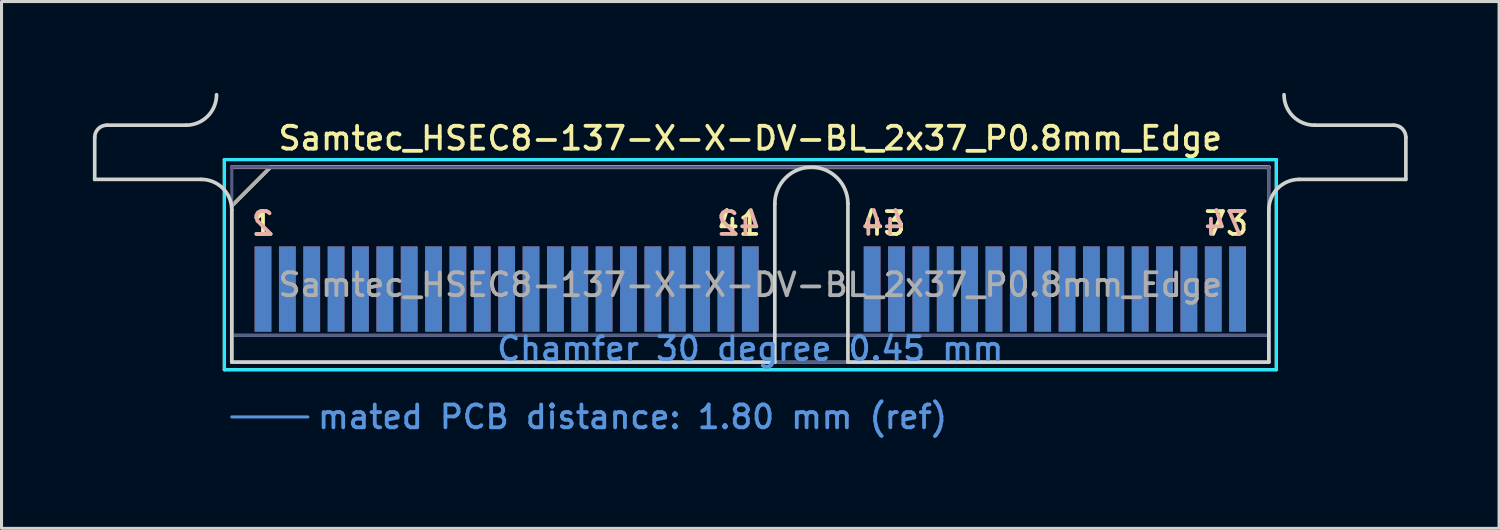
<source format=kicad_pcb>
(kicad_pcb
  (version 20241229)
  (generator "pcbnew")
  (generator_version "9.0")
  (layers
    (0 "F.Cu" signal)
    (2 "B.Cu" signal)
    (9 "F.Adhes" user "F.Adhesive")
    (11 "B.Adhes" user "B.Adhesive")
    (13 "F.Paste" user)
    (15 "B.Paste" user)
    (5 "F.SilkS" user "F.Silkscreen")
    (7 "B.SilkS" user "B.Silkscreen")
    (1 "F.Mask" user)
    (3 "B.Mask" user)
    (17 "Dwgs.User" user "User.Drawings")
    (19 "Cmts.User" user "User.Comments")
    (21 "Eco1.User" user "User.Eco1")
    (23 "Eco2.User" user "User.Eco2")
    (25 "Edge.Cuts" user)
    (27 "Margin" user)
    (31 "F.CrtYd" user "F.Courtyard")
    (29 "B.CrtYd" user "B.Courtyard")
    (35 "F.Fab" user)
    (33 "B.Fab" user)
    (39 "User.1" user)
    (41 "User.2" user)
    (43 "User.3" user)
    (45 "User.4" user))
  (footprint "Samtec_HSEC8-137-X-X-DV-BL_2x37_P0.8mm_Edge"
    (layer "F.Cu")
    (at 21.585 8.84)
    (property "Reference" "Samtec_HSEC8-137-X-X-DV-BL_2x37_P0.8mm_Edge" (at 0 -7.35 0) (layer "F.SilkS") (effects (font (size 0.75 0.75) (thickness 0.125))))
    (attr exclude_from_pos_files exclude_from_bom)
    (fp_line (start -17.27 -6.65) (end -17.27 0.25) (stroke (width 0.1) (type solid)) (layer "F.SilkS"))
    (fp_line (start -17.27 0.25) (end 17.27 0.25) (stroke (width 0.1) (type solid)) (layer "F.SilkS"))
    (fp_line (start -17.025 -5.13) (end -15.755 -6.4) (stroke (width 0.12) (type solid)) (layer "F.SilkS"))
    (fp_line (start -15.755 -6.4) (end 17.025 -6.4) (stroke (width 0.12) (type solid)) (layer "F.SilkS"))
    (fp_line (start 17.27 -6.65) (end -17.27 -6.65) (stroke (width 0.1) (type solid)) (layer "F.SilkS"))
    (fp_line (start 17.27 0.25) (end 17.27 -6.65) (stroke (width 0.1) (type solid)) (layer "F.SilkS"))
    (fp_line (start -17.025 -6.4) (end -17.025 -6.4) (stroke (width 0.12) (type solid)) (layer "B.SilkS"))
    (fp_line (start -17.025 -6.4) (end 17.025 -6.4) (stroke (width 0.12) (type solid)) (layer "B.SilkS"))
    (fp_line (start -17.025 1.8) (end -14.525 1.8) (stroke (width 0.1) (type solid)) (layer "Cmts.User"))
    (fp_line (start -21.525 -6) (end -21.525 -7.38) (stroke (width 0.12) (type solid)) (layer "Edge.Cuts"))
    (fp_line (start -21.125 -7.78) (end -18.525 -7.78) (stroke (width 0.12) (type solid)) (layer "Edge.Cuts"))
    (fp_line (start -18.025 -6) (end -21.525 -6) (stroke (width 0.12) (type solid)) (layer "Edge.Cuts"))
    (fp_line (start -17.025 -5) (end -17.025 0) (stroke (width 0.12) (type solid)) (layer "Edge.Cuts"))
    (fp_line (start -17.025 0) (end 0.805 0) (stroke (width 0.12) (type solid)) (layer "Edge.Cuts"))
    (fp_line (start 0.805 0) (end 0.805 -5.2) (stroke (width 0.12) (type solid)) (layer "Edge.Cuts"))
    (fp_line (start 3.205 -5.2) (end 3.205 0) (stroke (width 0.12) (type solid)) (layer "Edge.Cuts"))
    (fp_line (start 3.205 0) (end 17.025 0) (stroke (width 0.12) (type solid)) (layer "Edge.Cuts"))
    (fp_line (start 17.025 0) (end 17.025 -5) (stroke (width 0.12) (type solid)) (layer "Edge.Cuts"))
    (fp_line (start 18.025 -6) (end 21.525 -6) (stroke (width 0.12) (type solid)) (layer "Edge.Cuts"))
    (fp_line (start 21.125 -7.78) (end 18.525 -7.78) (stroke (width 0.12) (type solid)) (layer "Edge.Cuts"))
    (fp_line (start 21.525 -6) (end 21.525 -7.38) (stroke (width 0.12) (type solid)) (layer "Edge.Cuts"))
    (fp_arc (start -21.525 -7.38) (mid -21.407843 -7.662843) (end -21.125 -7.78) (stroke (width 0.12) (type solid)) (layer "Edge.Cuts"))
    (fp_arc (start -18.025 -6) (mid -17.317893 -5.707107) (end -17.025 -5) (stroke (width 0.12) (type solid)) (layer "Edge.Cuts"))
    (fp_arc (start -17.525 -8.78) (mid -17.817893 -8.072893) (end -18.525 -7.78) (stroke (width 0.12) (type solid)) (layer "Edge.Cuts"))
    (fp_arc (start 0.805 -5.2) (mid 2.005 -6.4) (end 3.205 -5.2) (stroke (width 0.12) (type solid)) (layer "Edge.Cuts"))
    (fp_arc (start 17.025 -5) (mid 17.317893 -5.707107) (end 18.025 -6) (stroke (width 0.12) (type solid)) (layer "Edge.Cuts"))
    (fp_arc (start 18.525 -7.78) (mid 17.817893 -8.072893) (end 17.525 -8.78) (stroke (width 0.12) (type solid)) (layer "Edge.Cuts"))
    (fp_arc (start 21.125 -7.78) (mid 21.407843 -7.662843) (end 21.525 -7.38) (stroke (width 0.12) (type solid)) (layer "Edge.Cuts"))
    (fp_line (start -17.27 -6.65) (end -17.27 0.25) (stroke (width 0.1) (type solid)) (layer "B.CrtYd"))
    (fp_line (start -17.27 0.25) (end 17.27 0.25) (stroke (width 0.1) (type solid)) (layer "B.CrtYd"))
    (fp_line (start 17.27 -6.65) (end -17.27 -6.65) (stroke (width 0.1) (type solid)) (layer "B.CrtYd"))
    (fp_line (start 17.27 0.25) (end 17.27 -6.65) (stroke (width 0.1) (type solid)) (layer "B.CrtYd"))
    (fp_line (start -17.025 -6.4) (end -17.025 -6.4) (stroke (width 0.1) (type solid)) (layer "B.Fab"))
    (fp_line (start -17.025 -6.4) (end -17.025 0) (stroke (width 0.1) (type solid)) (layer "B.Fab"))
    (fp_line (start -17.025 -6.4) (end 17.025 -6.4) (stroke (width 0.1) (type solid)) (layer "B.Fab"))
    (fp_line (start -17.025 -0.88) (end 17.025 -0.88) (stroke (width 0.1) (type solid)) (layer "B.Fab"))
    (fp_line (start -17.025 0) (end 17.025 0) (stroke (width 0.1) (type solid)) (layer "B.Fab"))
    (fp_line (start 17.025 -6.4) (end 17.025 0) (stroke (width 0.1) (type solid)) (layer "B.Fab"))
    (fp_line (start -17.025 -5.13) (end -17.025 0) (stroke (width 0.1) (type solid)) (layer "F.Fab"))
    (fp_line (start -17.025 -5.13) (end -15.755 -6.4) (stroke (width 0.1) (type solid)) (layer "F.Fab"))
    (fp_line (start -17.025 -0.88) (end 17.025 -0.88) (stroke (width 0.1) (type solid)) (layer "F.Fab"))
    (fp_line (start -17.025 0) (end 17.025 0) (stroke (width 0.1) (type solid)) (layer "F.Fab"))
    (fp_line (start -15.755 -6.4) (end 17.025 -6.4) (stroke (width 0.1) (type solid)) (layer "F.Fab"))
    (fp_line (start 17.025 -6.4) (end 17.025 0) (stroke (width 0.1) (type solid)) (layer "F.Fab"))
    (fp_text user "41" (at -0.375 -4.55 0) (layer "F.SilkS") (effects (font (size 0.75 0.75) (thickness 0.125))))
    (fp_text user "1" (at -16 -4.55 0) (layer "F.SilkS") (effects (font (size 0.75 0.75) (thickness 0.125))))
    (fp_text user "73" (at 15.625 -4.55 0) (layer "F.SilkS") (effects (font (size 0.75 0.75) (thickness 0.125))))
    (fp_text user "43" (at 4.375 -4.55 0) (layer "F.SilkS") (effects (font (size 0.75 0.75) (thickness 0.125))))
    (fp_text user "42" (at -0.375 -4.55 0) (layer "B.SilkS") (effects (font (size 0.75 0.75) (thickness 0.125)) (justify mirror)))
    (fp_text user "74" (at 15.625 -4.55 0) (layer "B.SilkS") (effects (font (size 0.75 0.75) (thickness 0.125)) (justify mirror)))
    (fp_text user "44" (at 4.375 -4.55 0) (layer "B.SilkS") (effects (font (size 0.75 0.75) (thickness 0.125)) (justify mirror)))
    (fp_text user "2" (at -16 -4.55 0) (layer "B.SilkS") (effects (font (size 0.75 0.75) (thickness 0.125)) (justify mirror)))
    (fp_text user "mated PCB distance: 1.80 mm (ref)" (at -14.27 1.8 0) (layer "Cmts.User") (effects (font (size 0.75 0.75) (thickness 0.125)) (justify left)))
    (fp_text user "Chamfer 30 degree 0.45 mm" (at 0 -0.44 0) (layer "Cmts.User") (effects (font (size 0.75 0.75) (thickness 0.125))))
    (fp_text user "${REFERENCE}" (at 0 -2.54 0) (layer "F.Fab") (effects (font (size 0.75 0.75) (thickness 0.125))))
    (pad "1" connect rect (at -16 -2.4) (size 0.55 2.8) (layers "F.Cu" "F.Mask"))
    (pad "2" connect rect (at -16 -2.4) (size 0.55 2.8) (layers "B.Cu" "B.Mask"))
    (pad "3" connect rect (at -15.2 -2.4) (size 0.55 2.8) (layers "F.Cu" "F.Mask"))
    (pad "4" connect rect (at -15.2 -2.4) (size 0.55 2.8) (layers "B.Cu" "B.Mask"))
    (pad "5" connect rect (at -14.4 -2.4) (size 0.55 2.8) (layers "F.Cu" "F.Mask"))
    (pad "6" connect rect (at -14.4 -2.4) (size 0.55 2.8) (layers "B.Cu" "B.Mask"))
    (pad "7" connect rect (at -13.6 -2.4) (size 0.55 2.8) (layers "F.Cu" "F.Mask"))
    (pad "8" connect rect (at -13.6 -2.4) (size 0.55 2.8) (layers "B.Cu" "B.Mask"))
    (pad "9" connect rect (at -12.8 -2.4) (size 0.55 2.8) (layers "F.Cu" "F.Mask"))
    (pad "10" connect rect (at -12.8 -2.4) (size 0.55 2.8) (layers "B.Cu" "B.Mask"))
    (pad "11" connect rect (at -12 -2.4) (size 0.55 2.8) (layers "F.Cu" "F.Mask"))
    (pad "12" connect rect (at -12 -2.4) (size 0.55 2.8) (layers "B.Cu" "B.Mask"))
    (pad "13" connect rect (at -11.2 -2.4) (size 0.55 2.8) (layers "F.Cu" "F.Mask"))
    (pad "14" connect rect (at -11.2 -2.4) (size 0.55 2.8) (layers "B.Cu" "B.Mask"))
    (pad "15" connect rect (at -10.4 -2.4) (size 0.55 2.8) (layers "F.Cu" "F.Mask"))
    (pad "16" connect rect (at -10.4 -2.4) (size 0.55 2.8) (layers "B.Cu" "B.Mask"))
    (pad "17" connect rect (at -9.6 -2.4) (size 0.55 2.8) (layers "F.Cu" "F.Mask"))
    (pad "18" connect rect (at -9.6 -2.4) (size 0.55 2.8) (layers "B.Cu" "B.Mask"))
    (pad "19" connect rect (at -8.8 -2.4) (size 0.55 2.8) (layers "F.Cu" "F.Mask"))
    (pad "20" connect rect (at -8.8 -2.4) (size 0.55 2.8) (layers "B.Cu" "B.Mask"))
    (pad "21" connect rect (at -8 -2.4) (size 0.55 2.8) (layers "F.Cu" "F.Mask"))
    (pad "22" connect rect (at -8 -2.4) (size 0.55 2.8) (layers "B.Cu" "B.Mask"))
    (pad "23" connect rect (at -7.2 -2.4) (size 0.55 2.8) (layers "F.Cu" "F.Mask"))
    (pad "24" connect rect (at -7.2 -2.4) (size 0.55 2.8) (layers "B.Cu" "B.Mask"))
    (pad "25" connect rect (at -6.4 -2.4) (size 0.55 2.8) (layers "F.Cu" "F.Mask"))
    (pad "26" connect rect (at -6.4 -2.4) (size 0.55 2.8) (layers "B.Cu" "B.Mask"))
    (pad "27" connect rect (at -5.6 -2.4) (size 0.55 2.8) (layers "F.Cu" "F.Mask"))
    (pad "28" connect rect (at -5.6 -2.4) (size 0.55 2.8) (layers "B.Cu" "B.Mask"))
    (pad "29" connect rect (at -4.8 -2.4) (size 0.55 2.8) (layers "F.Cu" "F.Mask"))
    (pad "30" connect rect (at -4.8 -2.4) (size 0.55 2.8) (layers "B.Cu" "B.Mask"))
    (pad "31" connect rect (at -4 -2.4) (size 0.55 2.8) (layers "F.Cu" "F.Mask"))
    (pad "32" connect rect (at -4 -2.4) (size 0.55 2.8) (layers "B.Cu" "B.Mask"))
    (pad "33" connect rect (at -3.2 -2.4) (size 0.55 2.8) (layers "F.Cu" "F.Mask"))
    (pad "34" connect rect (at -3.2 -2.4) (size 0.55 2.8) (layers "B.Cu" "B.Mask"))
    (pad "35" connect rect (at -2.4 -2.4) (size 0.55 2.8) (layers "F.Cu" "F.Mask"))
    (pad "36" connect rect (at -2.4 -2.4) (size 0.55 2.8) (layers "B.Cu" "B.Mask"))
    (pad "37" connect rect (at -1.6 -2.4) (size 0.55 2.8) (layers "F.Cu" "F.Mask"))
    (pad "38" connect rect (at -1.6 -2.4) (size 0.55 2.8) (layers "B.Cu" "B.Mask"))
    (pad "39" connect rect (at -0.8 -2.4) (size 0.55 2.8) (layers "F.Cu" "F.Mask"))
    (pad "40" connect rect (at -0.8 -2.4) (size 0.55 2.8) (layers "B.Cu" "B.Mask"))
    (pad "41" connect rect (at 0 -2.4) (size 0.55 2.8) (layers "F.Cu" "F.Mask"))
    (pad "42" connect rect (at 0 -2.4) (size 0.55 2.8) (layers "B.Cu" "B.Mask"))
    (pad "43" connect rect (at 4 -2.4) (size 0.55 2.8) (layers "F.Cu" "F.Mask"))
    (pad "44" connect rect (at 4 -2.4) (size 0.55 2.8) (layers "B.Cu" "B.Mask"))
    (pad "45" connect rect (at 4.8 -2.4) (size 0.55 2.8) (layers "F.Cu" "F.Mask"))
    (pad "46" connect rect (at 4.8 -2.4) (size 0.55 2.8) (layers "B.Cu" "B.Mask"))
    (pad "47" connect rect (at 5.6 -2.4) (size 0.55 2.8) (layers "F.Cu" "F.Mask"))
    (pad "48" connect rect (at 5.6 -2.4) (size 0.55 2.8) (layers "B.Cu" "B.Mask"))
    (pad "49" connect rect (at 6.4 -2.4) (size 0.55 2.8) (layers "F.Cu" "F.Mask"))
    (pad "50" connect rect (at 6.4 -2.4) (size 0.55 2.8) (layers "B.Cu" "B.Mask"))
    (pad "51" connect rect (at 7.2 -2.4) (size 0.55 2.8) (layers "F.Cu" "F.Mask"))
    (pad "52" connect rect (at 7.2 -2.4) (size 0.55 2.8) (layers "B.Cu" "B.Mask"))
    (pad "53" connect rect (at 8 -2.4) (size 0.55 2.8) (layers "F.Cu" "F.Mask"))
    (pad "54" connect rect (at 8 -2.4) (size 0.55 2.8) (layers "B.Cu" "B.Mask"))
    (pad "55" connect rect (at 8.8 -2.4) (size 0.55 2.8) (layers "F.Cu" "F.Mask"))
    (pad "56" connect rect (at 8.8 -2.4) (size 0.55 2.8) (layers "B.Cu" "B.Mask"))
    (pad "57" connect rect (at 9.6 -2.4) (size 0.55 2.8) (layers "F.Cu" "F.Mask"))
    (pad "58" connect rect (at 9.6 -2.4) (size 0.55 2.8) (layers "B.Cu" "B.Mask"))
    (pad "59" connect rect (at 10.4 -2.4) (size 0.55 2.8) (layers "F.Cu" "F.Mask"))
    (pad "60" connect rect (at 10.4 -2.4) (size 0.55 2.8) (layers "B.Cu" "B.Mask"))
    (pad "61" connect rect (at 11.2 -2.4) (size 0.55 2.8) (layers "F.Cu" "F.Mask"))
    (pad "62" connect rect (at 11.2 -2.4) (size 0.55 2.8) (layers "B.Cu" "B.Mask"))
    (pad "63" connect rect (at 12 -2.4) (size 0.55 2.8) (layers "F.Cu" "F.Mask"))
    (pad "64" connect rect (at 12 -2.4) (size 0.55 2.8) (layers "B.Cu" "B.Mask"))
    (pad "65" connect rect (at 12.8 -2.4) (size 0.55 2.8) (layers "F.Cu" "F.Mask"))
    (pad "66" connect rect (at 12.8 -2.4) (size 0.55 2.8) (layers "B.Cu" "B.Mask"))
    (pad "67" connect rect (at 13.6 -2.4) (size 0.55 2.8) (layers "F.Cu" "F.Mask"))
    (pad "68" connect rect (at 13.6 -2.4) (size 0.55 2.8) (layers "B.Cu" "B.Mask"))
    (pad "69" connect rect (at 14.4 -2.4) (size 0.55 2.8) (layers "F.Cu" "F.Mask"))
    (pad "70" connect rect (at 14.4 -2.4) (size 0.55 2.8) (layers "B.Cu" "B.Mask"))
    (pad "71" connect rect (at 15.2 -2.4) (size 0.55 2.8) (layers "F.Cu" "F.Mask"))
    (pad "72" connect rect (at 15.2 -2.4) (size 0.55 2.8) (layers "B.Cu" "B.Mask"))
    (pad "73" connect rect (at 16 -2.4) (size 0.55 2.8) (layers "F.Cu" "F.Mask"))
    (pad "74" connect rect (at 16 -2.4) (size 0.55 2.8) (layers "B.Cu" "B.Mask")))
  (gr_rect
    (start -3 -3)
    (end 46.17 14.298)
    (stroke (width 0.1) (type default))
    (fill no)
    (layer "Edge.Cuts")))
</source>
